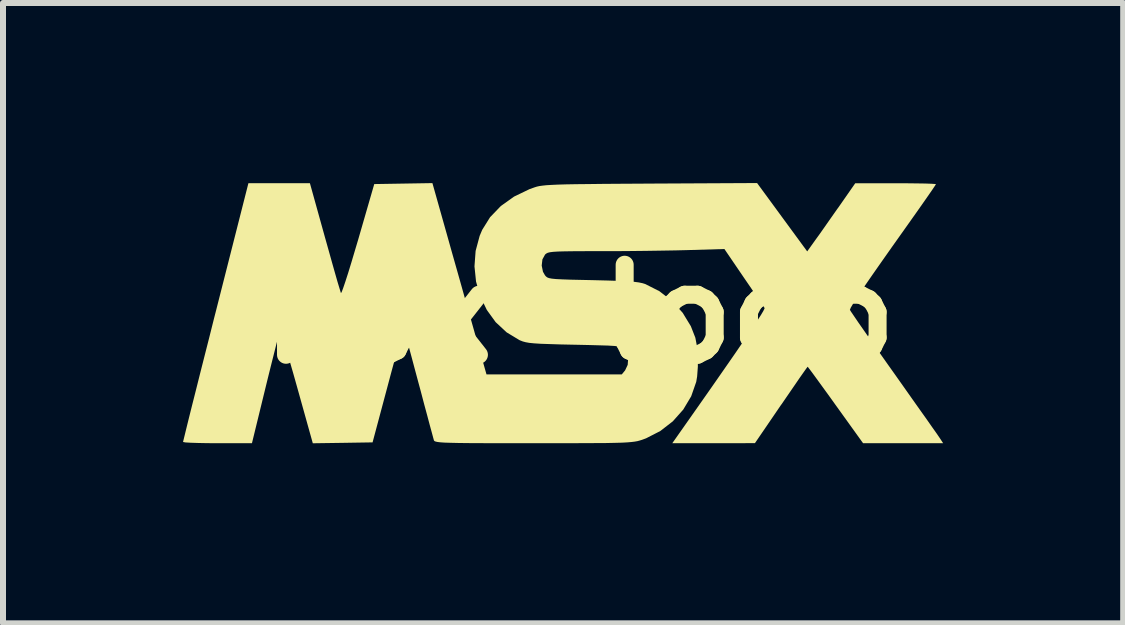
<source format=kicad_pcb>
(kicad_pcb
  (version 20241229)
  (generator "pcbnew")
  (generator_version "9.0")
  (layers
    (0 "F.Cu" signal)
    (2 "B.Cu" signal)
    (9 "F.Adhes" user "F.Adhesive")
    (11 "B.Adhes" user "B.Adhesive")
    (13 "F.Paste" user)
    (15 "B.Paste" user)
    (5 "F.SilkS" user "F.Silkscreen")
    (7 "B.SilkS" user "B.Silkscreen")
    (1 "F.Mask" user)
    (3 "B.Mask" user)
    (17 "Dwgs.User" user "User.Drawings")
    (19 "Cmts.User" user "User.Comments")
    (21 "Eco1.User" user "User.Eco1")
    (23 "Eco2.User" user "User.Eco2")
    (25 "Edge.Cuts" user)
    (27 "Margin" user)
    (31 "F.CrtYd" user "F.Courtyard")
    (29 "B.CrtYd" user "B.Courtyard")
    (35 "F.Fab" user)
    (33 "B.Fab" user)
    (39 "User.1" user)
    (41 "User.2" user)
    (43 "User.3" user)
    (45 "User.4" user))
  (footprint "msx-logo"
    (layer "F.Cu")
    (at 6.287 2.183)
    (property "Reference" "msx-logo" (at 0 0 0) (layer "F.SilkS") (effects (font (size 1.5 1.5) (thickness 0.3))))
    (attr board_only exclude_from_pos_files exclude_from_bom)
    (fp_poly (pts (xy 3.695 -1.614) (xy 4.113 -1.044) (xy 4.248 -1.233) (xy 4.314 -1.324) (xy 4.402 -1.449) (xy 4.502 -1.592) (xy 4.606 -1.74) (xy 4.649 -1.8) (xy 4.913 -2.179) (xy 5.585 -2.179) (xy 5.774 -2.179) (xy 5.942 -2.177) (xy 6.082 -2.175) (xy 6.186 -2.171) (xy 6.246 -2.167) (xy 6.258 -2.164) (xy 6.242 -2.138) (xy 6.197 -2.071) (xy 6.125 -1.967) (xy 6.03 -1.831) (xy 5.916 -1.669) (xy 5.785 -1.484) (xy 5.641 -1.281) (xy 5.533 -1.129) (xy 5.355 -0.876) (xy 5.199 -0.653) (xy 5.067 -0.462) (xy 4.963 -0.305) (xy 4.886 -0.186) (xy 4.839 -0.107) (xy 4.824 -0.07) (xy 4.825 -0.069) (xy 4.844 -0.038) (xy 4.893 0.034) (xy 4.967 0.143) (xy 5.065 0.283) (xy 5.181 0.45) (xy 5.314 0.638) (xy 5.458 0.842) (xy 5.559 0.984) (xy 5.711 1.199) (xy 5.854 1.402) (xy 5.985 1.587) (xy 6.101 1.75) (xy 6.196 1.886) (xy 6.269 1.989) (xy 6.314 2.055) (xy 6.327 2.074) (xy 6.378 2.152) (xy 5.711 2.152) (xy 5.044 2.152) (xy 4.586 1.515) (xy 4.467 1.349) (xy 4.358 1.199) (xy 4.265 1.071) (xy 4.192 0.971) (xy 4.142 0.905) (xy 4.121 0.878) (xy 4.12 0.878) (xy 4.103 0.9) (xy 4.058 0.963) (xy 3.989 1.061) (xy 3.902 1.188) (xy 3.799 1.338) (xy 3.685 1.504) (xy 3.677 1.514) (xy 3.242 2.151) (xy 2.554 2.152) (xy 1.865 2.152) (xy 2.019 1.933) (xy 2.289 1.549) (xy 2.526 1.211) (xy 2.732 0.915) (xy 2.909 0.66) (xy 3.056 0.445) (xy 3.176 0.268) (xy 3.27 0.127) (xy 3.338 0.022) (xy 3.381 -0.05) (xy 3.401 -0.091) (xy 3.403 -0.1) (xy 3.382 -0.132) (xy 3.334 -0.203) (xy 3.264 -0.305) (xy 3.178 -0.432) (xy 3.08 -0.575) (xy 3.058 -0.607) (xy 2.733 -1.084) (xy 2.124 -1.066) (xy 1.927 -1.061) (xy 1.688 -1.057) (xy 1.424 -1.053) (xy 1.148 -1.05) (xy 0.877 -1.048) (xy 0.658 -1.048) (xy 0.415 -1.048) (xy 0.222 -1.047) (xy 0.073 -1.045) (xy -0.038 -1.042) (xy -0.118 -1.037) (xy -0.174 -1.03) (xy -0.21 -1.021) (xy -0.235 -1.008) (xy -0.253 -0.993) (xy -0.255 -0.991) (xy -0.299 -0.911) (xy -0.311 -0.808) (xy -0.29 -0.705) (xy -0.257 -0.647) (xy -0.24 -0.627) (xy -0.219 -0.611) (xy -0.189 -0.599) (xy -0.141 -0.59) (xy -0.07 -0.583) (xy 0.031 -0.578) (xy 0.17 -0.573) (xy 0.353 -0.569) (xy 0.543 -0.565) (xy 0.78 -0.559) (xy 0.968 -0.553) (xy 1.114 -0.546) (xy 1.225 -0.538) (xy 1.308 -0.527) (xy 1.37 -0.514) (xy 1.415 -0.5) (xy 1.65 -0.381) (xy 1.86 -0.219) (xy 2.038 -0.021) (xy 2.174 0.202) (xy 2.249 0.394) (xy 2.275 0.53) (xy 2.29 0.698) (xy 2.291 0.875) (xy 2.279 1.039) (xy 2.264 1.129) (xy 2.18 1.37) (xy 2.048 1.591) (xy 1.874 1.787) (xy 1.665 1.949) (xy 1.429 2.07) (xy 1.364 2.094) (xy 1.326 2.106) (xy 1.286 2.117) (xy 1.241 2.125) (xy 1.185 2.132) (xy 1.114 2.138) (xy 1.023 2.143) (xy 0.907 2.146) (xy 0.762 2.149) (xy 0.582 2.15) (xy 0.363 2.151) (xy 0.1 2.152) (xy -0.212 2.152) (xy -0.45 2.152) (xy -0.797 2.152) (xy -1.091 2.152) (xy -1.338 2.151) (xy -1.541 2.15) (xy -1.704 2.148) (xy -1.832 2.145) (xy -1.93 2.142) (xy -2.001 2.137) (xy -2.049 2.131) (xy -2.08 2.124) (xy -2.098 2.116) (xy -2.106 2.106) (xy -2.107 2.103) (xy -2.118 2.064) (xy -2.141 1.978) (xy -2.176 1.85) (xy -2.219 1.688) (xy -2.27 1.5) (xy -2.325 1.29) (xy -2.363 1.15) (xy -2.421 0.934) (xy -2.474 0.735) (xy -2.521 0.561) (xy -2.56 0.419) (xy -2.589 0.314) (xy -2.607 0.252) (xy -2.611 0.239) (xy -2.62 0.264) (xy -2.642 0.337) (xy -2.675 0.452) (xy -2.717 0.604) (xy -2.767 0.786) (xy -2.823 0.992) (xy -2.874 1.184) (xy -3.129 2.138) (xy -3.627 2.146) (xy -4.125 2.153) (xy -4.39 1.204) (xy -4.452 0.984) (xy -4.51 0.784) (xy -4.562 0.609) (xy -4.606 0.465) (xy -4.64 0.359) (xy -4.663 0.297) (xy -4.672 0.283) (xy -4.683 0.316) (xy -4.705 0.398) (xy -4.737 0.521) (xy -4.777 0.68) (xy -4.824 0.867) (xy -4.876 1.076) (xy -4.914 1.231) (xy -5.139 2.152) (xy -5.713 2.152) (xy -5.886 2.151) (xy -6.038 2.148) (xy -6.161 2.144) (xy -6.246 2.139) (xy -6.285 2.132) (xy -6.287 2.131) (xy -6.28 2.101) (xy -6.26 2.02) (xy -6.229 1.893) (xy -6.187 1.723) (xy -6.135 1.515) (xy -6.074 1.274) (xy -6.006 1.003) (xy -5.931 0.707) (xy -5.85 0.389) (xy -5.766 0.054) (xy -5.743 -0.035) (xy -5.198 -2.18) (xy -4.685 -2.18) (xy -4.173 -2.18) (xy -3.923 -1.281) (xy -3.862 -1.064) (xy -3.806 -0.864) (xy -3.756 -0.687) (xy -3.714 -0.54) (xy -3.681 -0.431) (xy -3.661 -0.365) (xy -3.656 -0.349) (xy -3.644 -0.367) (xy -3.619 -0.433) (xy -3.582 -0.542) (xy -3.535 -0.688) (xy -3.481 -0.864) (xy -3.421 -1.066) (xy -3.369 -1.24) (xy -3.101 -2.166) (xy -2.616 -2.174) (xy -2.132 -2.182) (xy -1.882 -1.296) (xy -1.809 -1.036) (xy -1.729 -0.754) (xy -1.647 -0.464) (xy -1.568 -0.182) (xy -1.494 0.077) (xy -1.432 0.296) (xy -1.432 0.297) (xy -1.231 1.005) (xy -0.103 1.005) (xy 1.024 1.005) (xy 1.079 0.938) (xy 1.122 0.846) (xy 1.13 0.735) (xy 1.104 0.631) (xy 1.08 0.593) (xy 1.063 0.574) (xy 1.043 0.559) (xy 1.012 0.547) (xy 0.965 0.538) (xy 0.894 0.531) (xy 0.793 0.525) (xy 0.655 0.521) (xy 0.474 0.516) (xy 0.244 0.511) (xy 0.238 0.511) (xy 0.002 0.506) (xy -0.184 0.5) (xy -0.328 0.495) (xy -0.437 0.488) (xy -0.518 0.48) (xy -0.579 0.469) (xy -0.627 0.456) (xy -0.67 0.439) (xy -0.68 0.435) (xy -0.895 0.305) (xy -1.078 0.135) (xy -1.225 -0.068) (xy -1.335 -0.296) (xy -1.405 -0.541) (xy -1.431 -0.795) (xy -1.412 -1.052) (xy -1.345 -1.302) (xy -1.302 -1.404) (xy -1.171 -1.614) (xy -0.992 -1.8) (xy -0.772 -1.957) (xy -0.515 -2.081) (xy -0.425 -2.113) (xy -0.389 -2.124) (xy -0.348 -2.133) (xy -0.297 -2.14) (xy -0.232 -2.147) (xy -0.148 -2.152) (xy -0.04 -2.157) (xy 0.095 -2.161) (xy 0.263 -2.164) (xy 0.467 -2.166) (xy 0.713 -2.169) (xy 1.005 -2.171) (xy 1.347 -2.173) (xy 1.505 -2.174) (xy 3.278 -2.183)) (stroke (width 0) (type solid)) (fill yes) (layer "F.SilkS")))
  (gr_rect
    (start -3 -3)
    (end 15.665 7.336)
    (stroke (width 0.1) (type default))
    (fill no)
    (layer "Edge.Cuts")))
</source>
